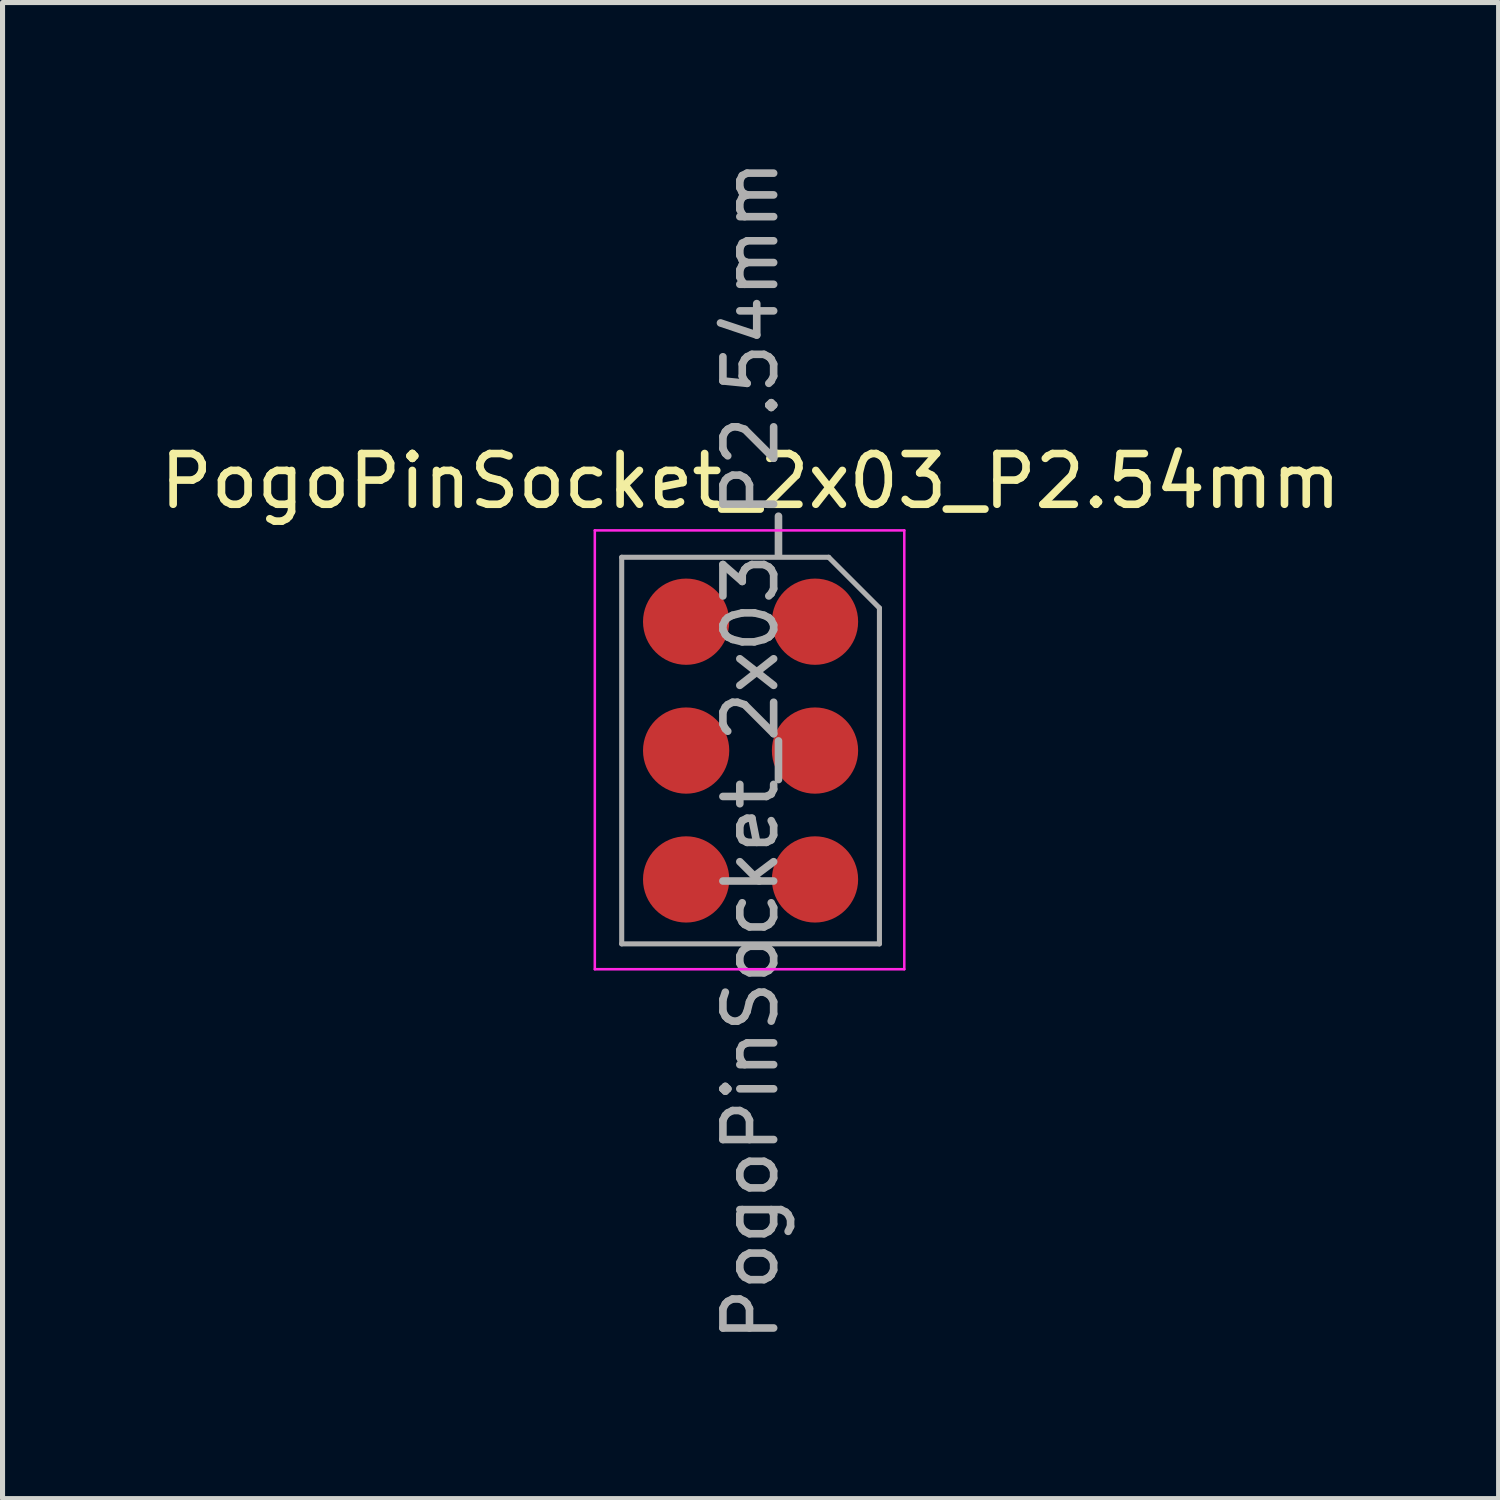
<source format=kicad_pcb>
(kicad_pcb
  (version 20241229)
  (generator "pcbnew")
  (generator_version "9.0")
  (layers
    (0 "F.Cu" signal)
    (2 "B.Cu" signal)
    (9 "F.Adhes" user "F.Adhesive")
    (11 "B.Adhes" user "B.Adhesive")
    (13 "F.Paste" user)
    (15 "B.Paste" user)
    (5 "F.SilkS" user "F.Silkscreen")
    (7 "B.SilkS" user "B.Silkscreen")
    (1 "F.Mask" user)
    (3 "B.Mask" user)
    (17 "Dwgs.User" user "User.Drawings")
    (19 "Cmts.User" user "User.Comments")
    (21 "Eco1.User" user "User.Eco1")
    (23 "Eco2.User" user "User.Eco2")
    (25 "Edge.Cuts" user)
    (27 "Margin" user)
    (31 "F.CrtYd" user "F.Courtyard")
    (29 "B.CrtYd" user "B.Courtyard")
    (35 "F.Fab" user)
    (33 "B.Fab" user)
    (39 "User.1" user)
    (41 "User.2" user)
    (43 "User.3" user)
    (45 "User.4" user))
  (footprint "PogoPinSocket_2x03_P2.54mm"
    (layer "F.Cu")
    (at 13.014 9.204)
    (property "Reference" "PogoPinSocket_2x03_P2.54mm" (at -1.27 -2.77 0) (layer "F.SilkS") (effects (font (size 1 1) (thickness 0.15))))
    (attr through_hole)
    (fp_line (start -4.34 -1.8) (end 1.76 -1.8) (stroke (width 0.05) (type solid)) (layer "F.CrtYd"))
    (fp_line (start -4.34 6.85) (end -4.34 -1.8) (stroke (width 0.05) (type solid)) (layer "F.CrtYd"))
    (fp_line (start 1.76 -1.8) (end 1.76 6.85) (stroke (width 0.05) (type solid)) (layer "F.CrtYd"))
    (fp_line (start 1.76 6.85) (end -4.34 6.85) (stroke (width 0.05) (type solid)) (layer "F.CrtYd"))
    (fp_line (start -3.81 -1.27) (end 0.27 -1.27) (stroke (width 0.1) (type solid)) (layer "F.Fab"))
    (fp_line (start -3.81 6.35) (end -3.81 -1.27) (stroke (width 0.1) (type solid)) (layer "F.Fab"))
    (fp_line (start 0.27 -1.27) (end 1.27 -0.27) (stroke (width 0.1) (type solid)) (layer "F.Fab"))
    (fp_line (start 1.27 -0.27) (end 1.27 6.35) (stroke (width 0.1) (type solid)) (layer "F.Fab"))
    (fp_line (start 1.27 6.35) (end -3.81 6.35) (stroke (width 0.1) (type solid)) (layer "F.Fab"))
    (fp_text user "${REFERENCE}" (at -1.27 2.54 270) (layer "F.Fab") (effects (font (size 1 1) (thickness 0.15))))
    (pad "1" smd circle (at 0 0) (size 1.7 1.7) (layers "F.Cu" "F.Mask" "F.Paste"))
    (pad "2" smd oval (at -2.54 0) (size 1.7 1.7) (layers "F.Cu" "F.Mask" "F.Paste"))
    (pad "3" smd circle (at 0 2.54) (size 1.7 1.7) (layers "F.Cu" "F.Mask" "F.Paste"))
    (pad "4" smd oval (at -2.54 2.54) (size 1.7 1.7) (layers "F.Cu" "F.Mask" "F.Paste"))
    (pad "5" smd oval (at 0 5.08) (size 1.7 1.7) (layers "F.Cu" "F.Mask" "F.Paste"))
    (pad "6" smd oval (at -2.54 5.08) (size 1.7 1.7) (layers "F.Cu" "F.Mask" "F.Paste")))
  (gr_rect
    (start -3 -3)
    (end 26.488 26.488)
    (stroke (width 0.1) (type default))
    (fill no)
    (layer "Edge.Cuts")))
</source>
